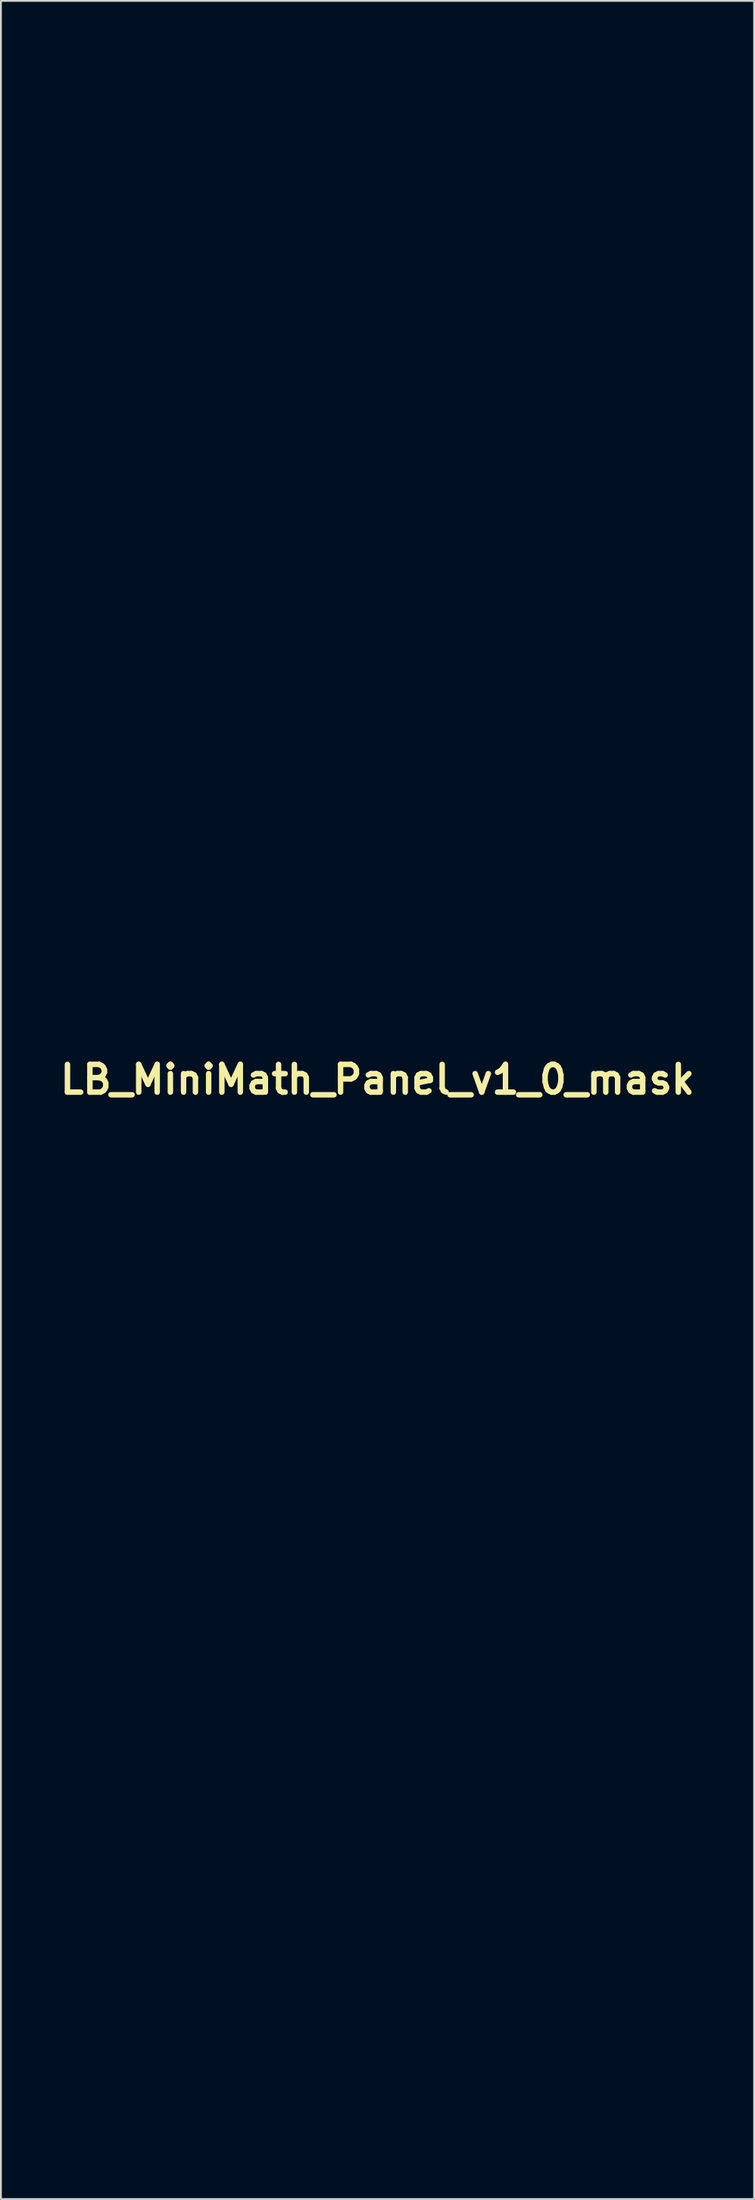
<source format=kicad_pcb>
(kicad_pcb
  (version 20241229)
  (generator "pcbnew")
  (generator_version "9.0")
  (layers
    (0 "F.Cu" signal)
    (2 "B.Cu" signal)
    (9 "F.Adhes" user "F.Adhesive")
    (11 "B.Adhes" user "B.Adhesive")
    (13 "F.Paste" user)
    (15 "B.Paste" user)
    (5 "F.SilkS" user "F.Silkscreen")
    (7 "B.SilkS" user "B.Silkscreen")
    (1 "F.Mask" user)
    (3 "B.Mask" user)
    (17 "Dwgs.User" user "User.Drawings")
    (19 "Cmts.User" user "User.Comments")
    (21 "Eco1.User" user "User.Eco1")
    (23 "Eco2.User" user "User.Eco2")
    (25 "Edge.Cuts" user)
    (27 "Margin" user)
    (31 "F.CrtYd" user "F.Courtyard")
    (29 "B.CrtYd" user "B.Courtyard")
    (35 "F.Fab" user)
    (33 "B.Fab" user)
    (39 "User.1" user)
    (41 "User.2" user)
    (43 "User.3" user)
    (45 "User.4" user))
  (footprint "LB_MiniMath_Panel_v1_0_mask"
    (layer "F.Cu")
    (at 17.715 56.268)
    (property "Reference" "LB_MiniMath_Panel_v1_0_mask" (at 0 0 0) (layer "F.SilkS") (effects (font (size 1.524 1.524) (thickness 0.3))))
    (attr through_hole)
    (fp_poly (pts (xy -0.254 10.118) (xy -0.466 10.118) (xy -0.466 9.102) (xy -0.254 9.102) (xy -0.254 10.118)) (stroke (width 0.01) (type solid)) (fill yes) (layer "F.Mask"))
    (fp_poly (pts (xy -0.004 41.634) (xy 0.045 41.657) (xy 0.114 41.728) (xy 0.118 41.814) (xy 0.065 41.893) (xy -0.033 41.944) (xy -0.103 41.952) (xy -0.148 41.927) (xy -0.168 41.842) (xy -0.169 41.783) (xy -0.154 41.661) (xy -0.101 41.613) (xy -0.004 41.634)) (stroke (width 0.01) (type solid)) (fill yes) (layer "F.Mask"))
    (fp_poly (pts (xy 1.69 29.272) (xy 1.738 29.296) (xy 1.808 29.367) (xy 1.811 29.452) (xy 1.758 29.531) (xy 1.66 29.582) (xy 1.59 29.591) (xy 1.545 29.566) (xy 1.526 29.481) (xy 1.524 29.422) (xy 1.54 29.299) (xy 1.592 29.251) (xy 1.69 29.272)) (stroke (width 0.01) (type solid)) (fill yes) (layer "F.Mask"))
    (fp_poly (pts (xy 1.753 29.957) (xy 1.838 30.026) (xy 1.863 30.115) (xy 1.827 30.205) (xy 1.726 30.275) (xy 1.659 30.294) (xy 1.524 30.321) (xy 1.524 30.125) (xy 1.529 30.005) (xy 1.551 29.947) (xy 1.598 29.93) (xy 1.611 29.93) (xy 1.753 29.957)) (stroke (width 0.01) (type solid)) (fill yes) (layer "F.Mask"))
    (fp_poly (pts (xy -3.329 41.819) (xy -3.304 41.889) (xy -3.273 41.991) (xy -3.243 42.098) (xy -3.223 42.184) (xy -3.218 42.217) (xy -3.254 42.239) (xy -3.342 42.249) (xy -3.467 42.249) (xy -3.406 42.048) (xy -3.37 41.922) (xy -3.346 41.829) (xy -3.341 41.804) (xy -3.329 41.819)) (stroke (width 0.01) (type solid)) (fill yes) (layer "F.Mask"))
    (fp_poly (pts (xy -1.636 29.457) (xy -1.611 29.528) (xy -1.58 29.63) (xy -1.55 29.736) (xy -1.53 29.823) (xy -1.525 29.856) (xy -1.561 29.878) (xy -1.649 29.887) (xy -1.774 29.887) (xy -1.713 29.686) (xy -1.677 29.561) (xy -1.653 29.468) (xy -1.648 29.443) (xy -1.636 29.457)) (stroke (width 0.01) (type solid)) (fill yes) (layer "F.Mask"))
    (fp_poly (pts (xy 0.054 42.317) (xy 0.139 42.384) (xy 0.164 42.473) (xy 0.12 42.567) (xy 0.075 42.606) (xy -0.045 42.671) (xy -0.123 42.663) (xy -0.162 42.581) (xy -0.169 42.481) (xy -0.164 42.363) (xy -0.141 42.307) (xy -0.091 42.291) (xy -0.082 42.291) (xy 0.054 42.317)) (stroke (width 0.01) (type solid)) (fill yes) (layer "F.Mask"))
    (fp_poly (pts (xy -3.683 9.271) (xy -3.979 9.271) (xy -3.979 8.21) (xy -4.106 8.276) (xy -4.191 8.31) (xy -4.232 8.306) (xy -4.233 8.302) (xy -4.247 8.229) (xy -4.258 8.198) (xy -4.24 8.14) (xy -4.162 8.075) (xy -4.047 8.015) (xy -3.918 7.972) (xy -3.812 7.959) (xy -3.683 7.959) (xy -3.683 9.271)) (stroke (width 0.01) (type solid)) (fill yes) (layer "F.Mask"))
    (fp_poly (pts (xy 2.921 9.271) (xy 2.625 9.271) (xy 2.625 8.21) (xy 2.498 8.276) (xy 2.413 8.31) (xy 2.372 8.306) (xy 2.371 8.302) (xy 2.357 8.229) (xy 2.346 8.198) (xy 2.364 8.14) (xy 2.442 8.075) (xy 2.557 8.015) (xy 2.686 7.972) (xy 2.792 7.959) (xy 2.921 7.959) (xy 2.921 9.271)) (stroke (width 0.01) (type solid)) (fill yes) (layer "F.Mask"))
    (fp_poly (pts (xy -3.011 54.725) (xy -2.827 54.822) (xy -2.693 54.942) (xy -2.621 55.034) (xy -2.595 55.123) (xy -2.617 55.229) (xy -2.69 55.371) (xy -2.749 55.467) (xy -2.908 55.663) (xy -3.086 55.787) (xy -3.274 55.836) (xy -3.463 55.805) (xy -3.511 55.784) (xy -3.638 55.677) (xy -3.729 55.513) (xy -3.773 55.318) (xy -3.775 55.269) (xy -3.739 55.046) (xy -3.639 54.871) (xy -3.482 54.751) (xy -3.277 54.697) (xy -3.219 54.695) (xy -3.011 54.725)) (stroke (width 0.01) (type solid)) (fill yes) (layer "F.Mask"))
    (fp_poly (pts (xy -3.515 0.473) (xy -3.397 0.475) (xy -3.15 0.481) (xy -2.976 0.489) (xy -2.864 0.5) (xy -2.801 0.516) (xy -2.775 0.538) (xy -2.773 0.55) (xy -2.785 0.576) (xy -2.83 0.594) (xy -2.919 0.607) (xy -3.064 0.616) (xy -3.277 0.623) (xy -3.397 0.626) (xy -3.639 0.63) (xy -3.808 0.63) (xy -3.919 0.626) (xy -3.982 0.615) (xy -4.012 0.595) (xy -4.021 0.567) (xy -4.022 0.55) (xy -4.018 0.517) (xy -3.999 0.494) (xy -3.952 0.479) (xy -3.864 0.472) (xy -3.723 0.47) (xy -3.515 0.473)) (stroke (width 0.01) (type solid)) (fill yes) (layer "F.Mask"))
    (fp_poly (pts (xy -3.143 -33.993) (xy -2.971 -33.99) (xy -2.858 -33.984) (xy -2.793 -33.971) (xy -2.762 -33.952) (xy -2.752 -33.923) (xy -2.752 -33.909) (xy -2.756 -33.876) (xy -2.777 -33.854) (xy -2.827 -33.839) (xy -2.919 -33.83) (xy -3.065 -33.826) (xy -3.279 -33.824) (xy -3.387 -33.824) (xy -3.631 -33.825) (xy -3.803 -33.828) (xy -3.915 -33.834) (xy -3.981 -33.847) (xy -4.012 -33.866) (xy -4.021 -33.895) (xy -4.022 -33.909) (xy -4.018 -33.942) (xy -3.997 -33.964) (xy -3.946 -33.979) (xy -3.854 -33.988) (xy -3.708 -33.992) (xy -3.495 -33.994) (xy -3.387 -33.994) (xy -3.143 -33.993)) (stroke (width 0.01) (type solid)) (fill yes) (layer "F.Mask"))
    (fp_poly (pts (xy 2.36 54.575) (xy 2.426 54.589) (xy 2.462 54.624) (xy 2.48 54.703) (xy 2.489 54.832) (xy 2.502 55.076) (xy 2.754 55.076) (xy 2.894 55.077) (xy 2.969 55.089) (xy 3 55.121) (xy 3.006 55.184) (xy 3.006 55.203) (xy 3.006 55.33) (xy 2.498 55.33) (xy 2.498 55.562) (xy 2.496 55.696) (xy 2.482 55.765) (xy 2.444 55.791) (xy 2.373 55.795) (xy 2.371 55.795) (xy 2.298 55.791) (xy 2.26 55.765) (xy 2.246 55.697) (xy 2.244 55.565) (xy 2.244 55.334) (xy 1.979 55.321) (xy 1.834 55.312) (xy 1.754 55.296) (xy 1.717 55.263) (xy 1.702 55.203) (xy 1.701 55.192) (xy 1.688 55.076) (xy 2.244 55.076) (xy 2.244 54.819) (xy 2.245 54.677) (xy 2.256 54.602) (xy 2.285 54.574) (xy 2.342 54.573) (xy 2.36 54.575)) (stroke (width 0.01) (type solid)) (fill yes) (layer "F.Mask"))
    (fp_poly (pts (xy -2.715 7.991) (xy -2.62 8.036) (xy -2.54 8.115) (xy -2.435 8.289) (xy -2.382 8.501) (xy -2.381 8.727) (xy -2.432 8.938) (xy -2.534 9.107) (xy -2.675 9.212) (xy -2.842 9.257) (xy -3.004 9.237) (xy -3.044 9.22) (xy -3.2 9.09) (xy -3.298 8.899) (xy -3.335 8.706) (xy -3.333 8.61) (xy -3.048 8.61) (xy -3.032 8.8) (xy -2.988 8.943) (xy -2.925 9.031) (xy -2.851 9.056) (xy -2.774 9.011) (xy -2.722 8.932) (xy -2.678 8.791) (xy -2.665 8.624) (xy -2.681 8.455) (xy -2.722 8.308) (xy -2.784 8.208) (xy -2.821 8.183) (xy -2.909 8.187) (xy -2.98 8.264) (xy -3.028 8.402) (xy -3.048 8.591) (xy -3.048 8.61) (xy -3.333 8.61) (xy -3.329 8.446) (xy -3.268 8.237) (xy -3.156 8.087) (xy -2.996 8) (xy -2.851 7.98) (xy -2.715 7.991)) (stroke (width 0.01) (type solid)) (fill yes) (layer "F.Mask"))
    (fp_poly (pts (xy 0.081 -56.251) (xy 0.48 -56.24) (xy 0.889 -54.906) (xy 1.299 -53.573) (xy 1.003 -53.56) (xy 0.851 -53.559) (xy 0.734 -53.566) (xy 0.676 -53.581) (xy 0.675 -53.581) (xy 0.648 -53.636) (xy 0.607 -53.749) (xy 0.56 -53.898) (xy 0.552 -53.922) (xy 0.462 -54.229) (xy -0.327 -54.229) (xy -0.52 -53.552) (xy -1.135 -53.552) (xy -0.997 -54.007) (xy -0.942 -54.189) (xy -0.869 -54.432) (xy -0.79 -54.695) (xy -0.24 -54.695) (xy 0.368 -54.695) (xy 0.216 -55.244) (xy 0.151 -55.464) (xy 0.099 -55.622) (xy 0.06 -55.71) (xy 0.038 -55.722) (xy 0.037 -55.72) (xy 0.016 -55.651) (xy -0.021 -55.52) (xy -0.069 -55.346) (xy -0.115 -55.171) (xy -0.24 -54.695) (xy -0.79 -54.695) (xy -0.783 -54.715) (xy -0.693 -55.016) (xy -0.602 -55.316) (xy -0.588 -55.362) (xy -0.318 -56.263) (xy 0.081 -56.251)) (stroke (width 0.01) (type solid)) (fill yes) (layer "F.Mask"))
    (fp_poly (pts (xy 0.121 -35.74) (xy 0.216 -35.694) (xy 0.297 -35.616) (xy 0.401 -35.442) (xy 0.454 -35.229) (xy 0.455 -35.004) (xy 0.404 -34.792) (xy 0.302 -34.623) (xy 0.161 -34.518) (xy -0.005 -34.473) (xy -0.168 -34.493) (xy -0.208 -34.511) (xy -0.363 -34.641) (xy -0.462 -34.831) (xy -0.499 -35.024) (xy -0.497 -35.12) (xy -0.212 -35.12) (xy -0.195 -34.93) (xy -0.152 -34.787) (xy -0.089 -34.699) (xy -0.015 -34.674) (xy 0.062 -34.719) (xy 0.115 -34.798) (xy 0.159 -34.939) (xy 0.171 -35.107) (xy 0.155 -35.276) (xy 0.115 -35.423) (xy 0.052 -35.523) (xy 0.015 -35.547) (xy -0.073 -35.543) (xy -0.144 -35.466) (xy -0.192 -35.328) (xy -0.212 -35.139) (xy -0.212 -35.12) (xy -0.497 -35.12) (xy -0.493 -35.284) (xy -0.432 -35.493) (xy -0.319 -35.644) (xy -0.159 -35.731) (xy -0.014 -35.751) (xy 0.121 -35.74)) (stroke (width 0.01) (type solid)) (fill yes) (layer "F.Mask"))
    (fp_poly (pts (xy 0.121 -1.45) (xy 0.216 -1.404) (xy 0.297 -1.326) (xy 0.401 -1.152) (xy 0.454 -0.939) (xy 0.455 -0.714) (xy 0.404 -0.502) (xy 0.302 -0.333) (xy 0.161 -0.228) (xy -0.005 -0.183) (xy -0.168 -0.203) (xy -0.208 -0.221) (xy -0.363 -0.351) (xy -0.462 -0.541) (xy -0.499 -0.734) (xy -0.497 -0.83) (xy -0.212 -0.83) (xy -0.195 -0.64) (xy -0.152 -0.497) (xy -0.089 -0.409) (xy -0.015 -0.384) (xy 0.062 -0.429) (xy 0.115 -0.508) (xy 0.159 -0.649) (xy 0.171 -0.817) (xy 0.155 -0.986) (xy 0.115 -1.133) (xy 0.052 -1.233) (xy 0.015 -1.257) (xy -0.073 -1.253) (xy -0.144 -1.176) (xy -0.192 -1.038) (xy -0.212 -0.849) (xy -0.212 -0.83) (xy -0.497 -0.83) (xy -0.493 -0.994) (xy -0.432 -1.203) (xy -0.319 -1.354) (xy -0.159 -1.441) (xy -0.014 -1.46) (xy 0.121 -1.45)) (stroke (width 0.01) (type solid)) (fill yes) (layer "F.Mask"))
    (fp_poly (pts (xy 3.558 -34.576) (xy 3.585 -34.531) (xy 3.6 -34.434) (xy 3.607 -34.322) (xy 3.619 -34.057) (xy 3.884 -34.045) (xy 4.03 -34.034) (xy 4.111 -34.017) (xy 4.144 -33.985) (xy 4.149 -33.949) (xy 4.14 -33.905) (xy 4.1 -33.88) (xy 4.011 -33.869) (xy 3.873 -33.867) (xy 3.598 -33.867) (xy 3.598 -33.613) (xy 3.595 -33.471) (xy 3.582 -33.394) (xy 3.551 -33.363) (xy 3.514 -33.359) (xy 3.466 -33.368) (xy 3.441 -33.409) (xy 3.43 -33.501) (xy 3.429 -33.611) (xy 3.429 -33.863) (xy 3.165 -33.875) (xy 3.014 -33.887) (xy 2.928 -33.909) (xy 2.891 -33.945) (xy 2.887 -33.962) (xy 2.889 -34.002) (xy 2.928 -34.024) (xy 3.02 -34.034) (xy 3.151 -34.036) (xy 3.429 -34.036) (xy 3.429 -34.311) (xy 3.432 -34.46) (xy 3.444 -34.543) (xy 3.47 -34.579) (xy 3.512 -34.586) (xy 3.558 -34.576)) (stroke (width 0.01) (type solid)) (fill yes) (layer "F.Mask"))
    (fp_poly (pts (xy 3.558 -0.116) (xy 3.585 -0.072) (xy 3.6 0.025) (xy 3.607 0.138) (xy 3.619 0.402) (xy 3.884 0.415) (xy 4.03 0.425) (xy 4.111 0.443) (xy 4.144 0.475) (xy 4.149 0.51) (xy 4.14 0.555) (xy 4.1 0.58) (xy 4.011 0.591) (xy 3.873 0.593) (xy 3.598 0.593) (xy 3.598 0.847) (xy 3.595 0.989) (xy 3.582 1.065) (xy 3.551 1.096) (xy 3.514 1.101) (xy 3.466 1.091) (xy 3.441 1.05) (xy 3.43 0.958) (xy 3.429 0.849) (xy 3.429 0.597) (xy 3.165 0.584) (xy 3.014 0.572) (xy 2.928 0.551) (xy 2.891 0.514) (xy 2.887 0.497) (xy 2.889 0.457) (xy 2.928 0.435) (xy 3.02 0.425) (xy 3.151 0.423) (xy 3.429 0.423) (xy 3.429 0.148) (xy 3.432 -0.001) (xy 3.444 -0.084) (xy 3.47 -0.12) (xy 3.512 -0.127) (xy 3.558 -0.116)) (stroke (width 0.01) (type solid)) (fill yes) (layer "F.Mask"))
    (fp_poly (pts (xy 3.889 7.991) (xy 3.984 8.036) (xy 4.064 8.115) (xy 4.169 8.289) (xy 4.222 8.501) (xy 4.223 8.727) (xy 4.172 8.938) (xy 4.07 9.107) (xy 3.929 9.212) (xy 3.762 9.257) (xy 3.6 9.237) (xy 3.56 9.22) (xy 3.404 9.09) (xy 3.306 8.899) (xy 3.269 8.706) (xy 3.271 8.61) (xy 3.556 8.61) (xy 3.572 8.8) (xy 3.616 8.943) (xy 3.679 9.031) (xy 3.753 9.056) (xy 3.83 9.011) (xy 3.882 8.932) (xy 3.926 8.791) (xy 3.939 8.624) (xy 3.923 8.455) (xy 3.882 8.308) (xy 3.82 8.208) (xy 3.783 8.183) (xy 3.695 8.187) (xy 3.624 8.264) (xy 3.576 8.402) (xy 3.556 8.591) (xy 3.556 8.61) (xy 3.271 8.61) (xy 3.275 8.446) (xy 3.336 8.237) (xy 3.448 8.087) (xy 3.608 8) (xy 3.753 7.98) (xy 3.889 7.991)) (stroke (width 0.01) (type solid)) (fill yes) (layer "F.Mask"))
    (fp_poly (pts (xy 3.895 56.955) (xy 3.894 57.234) (xy 3.891 57.44) (xy 3.884 57.584) (xy 3.873 57.677) (xy 3.858 57.73) (xy 3.836 57.756) (xy 3.828 57.759) (xy 3.762 57.768) (xy 3.626 57.775) (xy 3.43 57.78) (xy 3.188 57.783) (xy 2.91 57.785) (xy 2.611 57.785) (xy 2.301 57.783) (xy 1.994 57.78) (xy 1.701 57.776) (xy 1.434 57.77) (xy 1.206 57.764) (xy 1.029 57.756) (xy 0.915 57.747) (xy 0.878 57.739) (xy 0.852 57.716) (xy 0.832 57.674) (xy 0.819 57.602) (xy 0.811 57.486) (xy 0.806 57.316) (xy 0.804 57.079) (xy 0.804 57.023) (xy 1.699 57.023) (xy 3.006 57.023) (xy 3.006 56.767) (xy 2.365 56.778) (xy 1.724 56.79) (xy 1.711 56.907) (xy 1.699 57.023) (xy 0.804 57.023) (xy 0.804 56.936) (xy 0.804 56.176) (xy 3.895 56.176) (xy 3.895 56.955)) (stroke (width 0.01) (type solid)) (fill yes) (layer "F.Mask"))
    (fp_poly (pts (xy 1.29 9.128) (xy 1.366 9.15) (xy 1.385 9.196) (xy 1.371 9.247) (xy 1.322 9.298) (xy 1.239 9.294) (xy 1.114 9.283) (xy 1.017 9.313) (xy 0.974 9.374) (xy 0.974 9.381) (xy 1.009 9.433) (xy 1.1 9.494) (xy 1.161 9.524) (xy 1.284 9.591) (xy 1.376 9.666) (xy 1.398 9.695) (xy 1.431 9.828) (xy 1.392 9.944) (xy 1.296 10.037) (xy 1.155 10.095) (xy 0.981 10.111) (xy 0.836 10.088) (xy 0.776 10.036) (xy 0.762 9.983) (xy 0.773 9.927) (xy 0.82 9.912) (xy 0.91 9.924) (xy 1.039 9.929) (xy 1.151 9.901) (xy 1.219 9.85) (xy 1.228 9.819) (xy 1.193 9.777) (xy 1.105 9.723) (xy 1.069 9.706) (xy 0.902 9.618) (xy 0.805 9.533) (xy 0.765 9.438) (xy 0.762 9.398) (xy 0.799 9.263) (xy 0.904 9.171) (xy 1.072 9.126) (xy 1.144 9.123) (xy 1.29 9.128)) (stroke (width 0.01) (type solid)) (fill yes) (layer "F.Mask"))
    (fp_poly (pts (xy -3.334 -26.049) (xy -3.211 -25.943) (xy -3.141 -25.802) (xy -3.137 -25.637) (xy -3.18 -25.514) (xy -3.235 -25.432) (xy -3.327 -25.321) (xy -3.4 -25.241) (xy -3.574 -25.061) (xy -3.332 -25.061) (xy -3.196 -25.059) (xy -3.124 -25.046) (xy -3.095 -25.012) (xy -3.09 -24.945) (xy -3.09 -24.934) (xy -3.09 -24.807) (xy -3.556 -24.807) (xy -3.761 -24.809) (xy -3.895 -24.814) (xy -3.973 -24.825) (xy -4.011 -24.846) (xy -4.021 -24.877) (xy -4.022 -24.885) (xy -3.993 -24.946) (xy -3.916 -25.049) (xy -3.804 -25.177) (xy -3.725 -25.258) (xy -3.56 -25.436) (xy -3.461 -25.575) (xy -3.425 -25.685) (xy -3.448 -25.775) (xy -3.48 -25.815) (xy -3.569 -25.855) (xy -3.696 -25.863) (xy -3.822 -25.837) (xy -3.852 -25.823) (xy -3.918 -25.806) (xy -3.956 -25.859) (xy -3.961 -25.873) (xy -3.954 -25.972) (xy -3.869 -26.049) (xy -3.706 -26.101) (xy -3.697 -26.103) (xy -3.5 -26.107) (xy -3.334 -26.049)) (stroke (width 0.01) (type solid)) (fill yes) (layer "F.Mask"))
    (fp_poly (pts (xy 3.82 -26.049) (xy 3.944 -25.943) (xy 4.013 -25.802) (xy 4.017 -25.637) (xy 3.974 -25.514) (xy 3.919 -25.432) (xy 3.827 -25.321) (xy 3.754 -25.241) (xy 3.581 -25.061) (xy 3.822 -25.061) (xy 3.959 -25.059) (xy 4.031 -25.046) (xy 4.059 -25.012) (xy 4.064 -24.945) (xy 4.064 -24.934) (xy 4.064 -24.807) (xy 3.598 -24.807) (xy 3.394 -24.809) (xy 3.259 -24.814) (xy 3.181 -24.825) (xy 3.143 -24.846) (xy 3.133 -24.877) (xy 3.133 -24.885) (xy 3.161 -24.946) (xy 3.238 -25.049) (xy 3.35 -25.177) (xy 3.429 -25.258) (xy 3.594 -25.436) (xy 3.693 -25.575) (xy 3.729 -25.685) (xy 3.707 -25.775) (xy 3.675 -25.815) (xy 3.586 -25.855) (xy 3.458 -25.863) (xy 3.332 -25.837) (xy 3.302 -25.823) (xy 3.236 -25.806) (xy 3.199 -25.859) (xy 3.194 -25.873) (xy 3.2 -25.972) (xy 3.286 -26.049) (xy 3.448 -26.101) (xy 3.457 -26.103) (xy 3.654 -26.107) (xy 3.82 -26.049)) (stroke (width 0.01) (type solid)) (fill yes) (layer "F.Mask"))
    (fp_poly (pts (xy -0.608 -24.774) (xy -0.574 -24.696) (xy -0.556 -24.63) (xy -0.52 -24.498) (xy -0.468 -24.323) (xy -0.412 -24.138) (xy -0.406 -24.119) (xy -0.303 -23.791) (xy -0.423 -23.791) (xy -0.514 -23.807) (xy -0.559 -23.871) (xy -0.572 -23.918) (xy -0.599 -24.002) (xy -0.653 -24.038) (xy -0.761 -24.045) (xy -0.762 -24.045) (xy -0.871 -24.038) (xy -0.924 -24.002) (xy -0.952 -23.919) (xy -0.953 -23.918) (xy -0.99 -23.824) (xy -1.06 -23.792) (xy -1.083 -23.791) (xy -1.16 -23.81) (xy -1.184 -23.844) (xy -1.172 -23.904) (xy -1.139 -24.026) (xy -1.091 -24.191) (xy -1.06 -24.289) (xy -0.858 -24.289) (xy -0.855 -24.234) (xy -0.815 -24.216) (xy -0.761 -24.215) (xy -0.688 -24.219) (xy -0.663 -24.247) (xy -0.676 -24.321) (xy -0.693 -24.381) (xy -0.737 -24.513) (xy -0.77 -24.562) (xy -0.798 -24.531) (xy -0.83 -24.421) (xy -0.834 -24.405) (xy -0.858 -24.289) (xy -1.06 -24.289) (xy -1.044 -24.342) (xy -0.905 -24.786) (xy -0.754 -24.799) (xy -0.66 -24.802) (xy -0.608 -24.774)) (stroke (width 0.01) (type solid)) (fill yes) (layer "F.Mask"))
    (fp_poly (pts (xy 0.366 9.135) (xy 0.399 9.213) (xy 0.417 9.279) (xy 0.454 9.411) (xy 0.506 9.586) (xy 0.562 9.771) (xy 0.568 9.79) (xy 0.671 10.118) (xy 0.55 10.118) (xy 0.46 10.102) (xy 0.415 10.038) (xy 0.402 9.991) (xy 0.374 9.907) (xy 0.321 9.871) (xy 0.213 9.864) (xy 0.212 9.864) (xy 0.103 9.871) (xy 0.049 9.907) (xy 0.021 9.99) (xy 0.021 9.991) (xy -0.016 10.085) (xy -0.086 10.117) (xy -0.109 10.118) (xy -0.187 10.099) (xy -0.211 10.065) (xy -0.198 10.005) (xy -0.165 9.883) (xy -0.117 9.718) (xy -0.087 9.62) (xy 0.116 9.62) (xy 0.119 9.675) (xy 0.158 9.693) (xy 0.213 9.694) (xy 0.286 9.69) (xy 0.311 9.662) (xy 0.298 9.588) (xy 0.281 9.528) (xy 0.237 9.396) (xy 0.204 9.347) (xy 0.175 9.378) (xy 0.144 9.488) (xy 0.14 9.504) (xy 0.116 9.62) (xy -0.087 9.62) (xy -0.071 9.567) (xy 0.069 9.123) (xy 0.219 9.11) (xy 0.314 9.107) (xy 0.366 9.135)) (stroke (width 0.01) (type solid)) (fill yes) (layer "F.Mask"))
    (fp_poly (pts (xy -0.894 9.12) (xy -0.744 9.174) (xy -0.655 9.265) (xy -0.635 9.352) (xy -0.657 9.459) (xy -0.7 9.526) (xy -0.738 9.571) (xy -0.722 9.622) (xy -0.674 9.677) (xy -0.606 9.793) (xy -0.613 9.903) (xy -0.689 9.998) (xy -0.823 10.071) (xy -1.007 10.112) (xy -1.122 10.118) (xy -1.315 10.118) (xy -1.308 9.821) (xy -1.101 9.821) (xy -1.092 9.913) (xy -1.052 9.943) (xy -0.984 9.941) (xy -0.897 9.914) (xy -0.869 9.845) (xy -0.868 9.821) (xy -0.886 9.74) (xy -0.958 9.706) (xy -0.984 9.702) (xy -1.065 9.702) (xy -1.096 9.744) (xy -1.101 9.821) (xy -1.308 9.821) (xy -1.303 9.62) (xy -1.298 9.398) (xy -1.101 9.398) (xy -1.092 9.489) (xy -1.052 9.52) (xy -0.984 9.517) (xy -0.897 9.49) (xy -0.869 9.422) (xy -0.868 9.398) (xy -0.886 9.317) (xy -0.958 9.282) (xy -0.984 9.279) (xy -1.065 9.279) (xy -1.096 9.321) (xy -1.101 9.398) (xy -1.298 9.398) (xy -1.291 9.123) (xy -1.092 9.11) (xy -0.894 9.12)) (stroke (width 0.01) (type solid)) (fill yes) (layer "F.Mask"))
    (fp_poly (pts (xy 0.678 -24.458) (xy 0.737 -24.261) (xy 0.785 -24.126) (xy 0.822 -24.057) (xy 0.843 -24.06) (xy 0.847 -24.104) (xy 0.858 -24.18) (xy 0.888 -24.31) (xy 0.931 -24.469) (xy 0.938 -24.493) (xy 0.986 -24.652) (xy 1.024 -24.746) (xy 1.064 -24.792) (xy 1.115 -24.806) (xy 1.146 -24.807) (xy 1.264 -24.807) (xy 1.093 -24.297) (xy 0.922 -23.787) (xy 0.791 -23.8) (xy 0.734 -23.808) (xy 0.691 -23.831) (xy 0.653 -23.881) (xy 0.613 -23.972) (xy 0.562 -24.119) (xy 0.503 -24.299) (xy 0.444 -24.479) (xy 0.394 -24.617) (xy 0.359 -24.7) (xy 0.343 -24.717) (xy 0.343 -24.715) (xy 0.302 -24.656) (xy 0.201 -24.63) (xy 0.064 -24.617) (xy 0.051 -24.204) (xy 0.045 -24.015) (xy 0.036 -23.895) (xy 0.021 -23.828) (xy -0.005 -23.799) (xy -0.047 -23.791) (xy -0.065 -23.791) (xy -0.112 -23.794) (xy -0.143 -23.813) (xy -0.16 -23.862) (xy -0.167 -23.959) (xy -0.169 -24.118) (xy -0.169 -24.215) (xy -0.169 -24.638) (xy -0.296 -24.638) (xy -0.389 -24.651) (xy -0.422 -24.701) (xy -0.423 -24.723) (xy -0.418 -24.759) (xy -0.394 -24.783) (xy -0.336 -24.797) (xy -0.23 -24.804) (xy -0.062 -24.807) (xy 0.079 -24.807) (xy 0.581 -24.807) (xy 0.678 -24.458)) (stroke (width 0.01) (type solid)) (fill yes) (layer "F.Mask"))
    (fp_poly (pts (xy 0.533 12.213) (xy 0.707 12.233) (xy 0.857 12.261) (xy 0.959 12.294) (xy 0.981 12.309) (xy 0.994 12.369) (xy 0.98 12.47) (xy 0.947 12.584) (xy 0.905 12.684) (xy 0.861 12.742) (xy 0.842 12.746) (xy 0.772 12.735) (xy 0.645 12.722) (xy 0.487 12.71) (xy 0.478 12.71) (xy 0.189 12.72) (xy -0.047 12.793) (xy -0.234 12.93) (xy -0.331 13.051) (xy -0.387 13.146) (xy -0.422 13.237) (xy -0.439 13.351) (xy -0.444 13.514) (xy -0.445 13.589) (xy -0.442 13.775) (xy -0.43 13.902) (xy -0.403 13.998) (xy -0.354 14.09) (xy -0.325 14.136) (xy -0.19 14.295) (xy -0.027 14.401) (xy 0.18 14.458) (xy 0.444 14.471) (xy 0.559 14.465) (xy 0.738 14.455) (xy 0.849 14.455) (xy 0.908 14.467) (xy 0.93 14.493) (xy 0.932 14.512) (xy 0.939 14.601) (xy 0.955 14.724) (xy 0.958 14.737) (xy 0.983 14.891) (xy 0.71 14.939) (xy 0.404 14.976) (xy 0.131 14.972) (xy -0.071 14.942) (xy -0.386 14.842) (xy -0.645 14.679) (xy -0.847 14.453) (xy -0.993 14.164) (xy -1.043 14.002) (xy -1.093 13.653) (xy -1.066 13.316) (xy -0.964 13.003) (xy -0.791 12.724) (xy -0.651 12.576) (xy -0.432 12.408) (xy -0.192 12.295) (xy 0.093 12.226) (xy 0.212 12.21) (xy 0.359 12.204) (xy 0.533 12.213)) (stroke (width 0.01) (type solid)) (fill yes) (layer "F.Mask"))
    (fp_poly (pts (xy 0.187 -22.022) (xy 0.479 -21.946) (xy 0.7 -21.825) (xy 0.836 -21.679) (xy 0.915 -21.49) (xy 0.919 -21.291) (xy 0.853 -21.101) (xy 0.721 -20.94) (xy 0.636 -20.877) (xy 0.508 -20.8) (xy 0.664 -20.697) (xy 0.849 -20.542) (xy 0.96 -20.366) (xy 1.002 -20.187) (xy 0.985 -19.964) (xy 0.894 -19.756) (xy 0.739 -19.577) (xy 0.53 -19.442) (xy 0.386 -19.387) (xy 0.274 -19.367) (xy 0.101 -19.349) (xy -0.109 -19.334) (xy -0.333 -19.324) (xy -0.546 -19.32) (xy -0.725 -19.323) (xy -0.836 -19.332) (xy -0.974 -19.352) (xy -0.974 -20.532) (xy -0.381 -20.532) (xy -0.381 -20.158) (xy -0.378 -19.987) (xy -0.37 -19.851) (xy -0.358 -19.769) (xy -0.353 -19.756) (xy -0.279 -19.731) (xy -0.149 -19.733) (xy 0.01 -19.761) (xy 0.053 -19.772) (xy 0.226 -19.851) (xy 0.339 -19.97) (xy 0.381 -20.115) (xy 0.381 -20.119) (xy 0.345 -20.295) (xy 0.241 -20.424) (xy 0.071 -20.504) (xy -0.161 -20.532) (xy -0.167 -20.532) (xy -0.381 -20.532) (xy -0.974 -20.532) (xy -0.974 -21.265) (xy -0.381 -21.265) (xy -0.381 -20.945) (xy -0.128 -20.963) (xy 0.046 -20.986) (xy 0.164 -21.03) (xy 0.232 -21.081) (xy 0.324 -21.211) (xy 0.339 -21.343) (xy 0.283 -21.463) (xy 0.164 -21.557) (xy -0.013 -21.612) (xy -0.014 -21.612) (xy -0.183 -21.631) (xy -0.291 -21.616) (xy -0.351 -21.555) (xy -0.376 -21.435) (xy -0.381 -21.265) (xy -0.974 -21.265) (xy -0.974 -22.006) (xy -0.607 -22.036) (xy -0.175 -22.052) (xy 0.187 -22.022)) (stroke (width 0.01) (type solid)) (fill yes) (layer "F.Mask"))
    (fp_poly (pts (xy -1.791 53.983) (xy -1.66 54.09) (xy -1.545 54.22) (xy -1.519 54.258) (xy -1.484 54.316) (xy -1.459 54.375) (xy -1.441 54.447) (xy -1.429 54.544) (xy -1.422 54.682) (xy -1.419 54.872) (xy -1.418 55.127) (xy -1.418 55.266) (xy -1.419 55.555) (xy -1.421 55.773) (xy -1.426 55.932) (xy -1.435 56.046) (xy -1.45 56.128) (xy -1.472 56.191) (xy -1.502 56.247) (xy -1.519 56.274) (xy -1.62 56.401) (xy -1.751 56.521) (xy -1.791 56.55) (xy -1.962 56.663) (xy -2.875 56.671) (xy -3.155 56.672) (xy -3.412 56.669) (xy -3.634 56.662) (xy -3.806 56.653) (xy -3.911 56.642) (xy -3.928 56.638) (xy -4.085 56.557) (xy -4.239 56.421) (xy -4.368 56.257) (xy -4.446 56.089) (xy -4.446 56.088) (xy -4.465 55.965) (xy -4.477 55.768) (xy -4.483 55.507) (xy -4.481 55.19) (xy -4.48 55.161) (xy -4.48 55.137) (xy -3.969 55.137) (xy -3.959 55.449) (xy -3.876 55.72) (xy -3.721 55.947) (xy -3.689 55.98) (xy -3.483 56.132) (xy -3.265 56.202) (xy -3.041 56.188) (xy -2.814 56.091) (xy -2.704 56.001) (xy -2.586 55.873) (xy -2.522 55.788) (xy -2.381 55.579) (xy -2.294 55.719) (xy -2.207 55.841) (xy -2.114 55.947) (xy -2.107 55.954) (xy -2.007 56.048) (xy -1.934 55.925) (xy -1.861 55.801) (xy -2.262 55.423) (xy -2.162 55.21) (xy -2.08 55.058) (xy -1.983 54.915) (xy -1.939 54.861) (xy -1.863 54.769) (xy -1.839 54.701) (xy -1.857 54.624) (xy -1.864 54.606) (xy -1.93 54.479) (xy -1.996 54.433) (xy -2.077 54.464) (xy -2.157 54.535) (xy -2.257 54.649) (xy -2.338 54.762) (xy -2.354 54.79) (xy -2.401 54.871) (xy -2.431 54.906) (xy -2.431 54.906) (xy -2.462 54.875) (xy -2.527 54.793) (xy -2.6 54.694) (xy -2.763 54.501) (xy -2.928 54.38) (xy -3.113 54.323) (xy -3.243 54.314) (xy -3.474 54.352) (xy -3.668 54.462) (xy -3.819 54.638) (xy -3.922 54.874) (xy -3.969 55.137) (xy -4.48 55.137) (xy -4.475 54.892) (xy -4.468 54.693) (xy -4.459 54.55) (xy -4.446 54.448) (xy -4.425 54.373) (xy -4.396 54.311) (xy -4.356 54.247) (xy -4.353 54.242) (xy -4.245 54.111) (xy -4.115 53.996) (xy -4.077 53.97) (xy -4.023 53.938) (xy -3.969 53.913) (xy -3.903 53.895) (xy -3.813 53.883) (xy -3.687 53.875) (xy -3.514 53.871) (xy -3.282 53.87) (xy -2.978 53.869) (xy -2.939 53.869) (xy -1.962 53.869) (xy -1.791 53.983)) (stroke (width 0.01) (type solid)) (fill yes) (layer "F.Mask"))
    (fp_poly (pts (xy 2.377 53.848) (xy 2.831 53.848) (xy 3.208 53.849) (xy 3.516 53.85) (xy 3.762 53.853) (xy 3.955 53.857) (xy 4.103 53.863) (xy 4.213 53.87) (xy 4.292 53.881) (xy 4.35 53.894) (xy 4.393 53.91) (xy 4.429 53.929) (xy 4.437 53.934) (xy 4.496 53.972) (xy 4.546 54.011) (xy 4.587 54.06) (xy 4.62 54.126) (xy 4.645 54.216) (xy 4.665 54.338) (xy 4.679 54.5) (xy 4.688 54.708) (xy 4.694 54.97) (xy 4.697 55.294) (xy 4.699 55.688) (xy 4.699 56.158) (xy 4.699 56.186) (xy 4.699 56.661) (xy 4.698 57.058) (xy 4.695 57.386) (xy 4.689 57.652) (xy 4.679 57.862) (xy 4.664 58.025) (xy 4.643 58.149) (xy 4.616 58.239) (xy 4.58 58.304) (xy 4.536 58.352) (xy 4.482 58.389) (xy 4.417 58.423) (xy 4.403 58.431) (xy 4.361 58.448) (xy 4.309 58.463) (xy 4.238 58.475) (xy 4.14 58.484) (xy 4.008 58.491) (xy 3.834 58.496) (xy 3.61 58.5) (xy 3.328 58.502) (xy 2.98 58.503) (xy 2.558 58.503) (xy 2.371 58.503) (xy 1.895 58.502) (xy 1.497 58.5) (xy 1.171 58.497) (xy 0.91 58.492) (xy 0.707 58.485) (xy 0.556 58.476) (xy 0.45 58.466) (xy 0.382 58.453) (xy 0.36 58.445) (xy 0.239 58.374) (xy 0.148 58.294) (xy 0.128 58.269) (xy 0.112 58.238) (xy 0.098 58.192) (xy 0.087 58.125) (xy 0.078 58.028) (xy 0.071 57.895) (xy 0.066 57.718) (xy 0.062 57.489) (xy 0.058 57.2) (xy 0.055 56.846) (xy 0.052 56.416) (xy 0.051 56.225) (xy 0.05 56.152) (xy 0.55 56.152) (xy 0.551 56.578) (xy 0.552 56.927) (xy 0.555 57.208) (xy 0.559 57.428) (xy 0.565 57.595) (xy 0.573 57.718) (xy 0.583 57.804) (xy 0.596 57.861) (xy 0.613 57.897) (xy 0.616 57.903) (xy 0.682 57.997) (xy 2.349 57.997) (xy 2.774 57.996) (xy 3.123 57.995) (xy 3.402 57.993) (xy 3.621 57.989) (xy 3.787 57.983) (xy 3.907 57.976) (xy 3.989 57.966) (xy 4.043 57.953) (xy 4.074 57.937) (xy 4.082 57.93) (xy 4.099 57.905) (xy 4.113 57.861) (xy 4.124 57.792) (xy 4.132 57.688) (xy 4.139 57.542) (xy 4.143 57.346) (xy 4.146 57.093) (xy 4.148 56.775) (xy 4.149 56.384) (xy 4.149 56.161) (xy 4.148 55.703) (xy 4.146 55.325) (xy 4.142 55.02) (xy 4.136 54.783) (xy 4.129 54.608) (xy 4.119 54.491) (xy 4.107 54.425) (xy 4.098 54.407) (xy 4.061 54.393) (xy 3.975 54.382) (xy 3.836 54.373) (xy 3.638 54.366) (xy 3.375 54.361) (xy 3.041 54.358) (xy 2.632 54.356) (xy 2.376 54.356) (xy 1.952 54.356) (xy 1.604 54.357) (xy 1.325 54.36) (xy 1.107 54.363) (xy 0.941 54.369) (xy 0.82 54.376) (xy 0.735 54.386) (xy 0.679 54.399) (xy 0.643 54.414) (xy 0.628 54.426) (xy 0.608 54.448) (xy 0.592 54.481) (xy 0.579 54.533) (xy 0.57 54.611) (xy 0.562 54.725) (xy 0.557 54.882) (xy 0.554 55.09) (xy 0.552 55.358) (xy 0.551 55.694) (xy 0.55 56.105) (xy 0.55 56.152) (xy 0.05 56.152) (xy 0.048 55.76) (xy 0.046 55.373) (xy 0.046 55.055) (xy 0.047 54.799) (xy 0.05 54.597) (xy 0.055 54.442) (xy 0.062 54.326) (xy 0.071 54.241) (xy 0.084 54.181) (xy 0.099 54.137) (xy 0.109 54.115) (xy 0.142 54.055) (xy 0.177 54.005) (xy 0.221 53.963) (xy 0.281 53.93) (xy 0.366 53.904) (xy 0.482 53.884) (xy 0.637 53.869) (xy 0.838 53.859) (xy 1.092 53.853) (xy 1.407 53.85) (xy 1.79 53.848) (xy 2.248 53.848) (xy 2.377 53.848)) (stroke (width 0.01) (type solid)) (fill yes) (layer "F.Mask"))
    (fp_poly (pts (xy 0.352 -42.845) (xy 0.892 -42.845) (xy 1.42 -42.843) (xy 1.931 -42.841) (xy 2.417 -42.838) (xy 2.871 -42.834) (xy 3.287 -42.83) (xy 3.658 -42.825) (xy 3.977 -42.819) (xy 4.237 -42.813) (xy 4.432 -42.805) (xy 4.554 -42.797) (xy 4.594 -42.791) (xy 4.614 -42.784) (xy 4.632 -42.782) (xy 4.649 -42.78) (xy 4.666 -42.778) (xy 4.681 -42.772) (xy 4.695 -42.76) (xy 4.708 -42.74) (xy 4.721 -42.708) (xy 4.732 -42.664) (xy 4.743 -42.604) (xy 4.753 -42.526) (xy 4.762 -42.427) (xy 4.77 -42.305) (xy 4.777 -42.158) (xy 4.784 -41.983) (xy 4.79 -41.778) (xy 4.796 -41.539) (xy 4.801 -41.266) (xy 4.805 -40.955) (xy 4.809 -40.605) (xy 4.812 -40.211) (xy 4.815 -39.773) (xy 4.818 -39.288) (xy 4.82 -38.753) (xy 4.822 -38.165) (xy 4.823 -37.523) (xy 4.824 -36.824) (xy 4.825 -36.066) (xy 4.825 -35.246) (xy 4.826 -34.361) (xy 4.826 -33.409) (xy 4.826 -32.389) (xy 4.826 -31.296) (xy 4.826 -30.13) (xy 4.826 -28.887) (xy 4.826 -27.565) (xy 4.826 -26.162) (xy 4.826 -25.637) (xy 4.826 -24.143) (xy 4.826 -22.732) (xy 4.825 -21.401) (xy 4.825 -20.15) (xy 4.825 -18.975) (xy 4.824 -17.876) (xy 4.823 -16.849) (xy 4.822 -15.894) (xy 4.821 -15.008) (xy 4.82 -14.189) (xy 4.818 -13.435) (xy 4.817 -12.745) (xy 4.815 -12.116) (xy 4.813 -11.547) (xy 4.811 -11.035) (xy 4.808 -10.58) (xy 4.806 -10.177) (xy 4.803 -9.827) (xy 4.8 -9.526) (xy 4.797 -9.274) (xy 4.793 -9.067) (xy 4.79 -8.905) (xy 4.786 -8.784) (xy 4.782 -8.704) (xy 4.777 -8.662) (xy 4.775 -8.656) (xy 4.76 -8.62) (xy 4.745 -8.588) (xy 4.726 -8.559) (xy 4.698 -8.534) (xy 4.657 -8.512) (xy 4.597 -8.494) (xy 4.514 -8.478) (xy 4.404 -8.465) (xy 4.261 -8.454) (xy 4.08 -8.445) (xy 3.858 -8.439) (xy 3.588 -8.433) (xy 3.268 -8.43) (xy 2.89 -8.427) (xy 2.452 -8.426) (xy 1.948 -8.425) (xy 1.373 -8.425) (xy 0.724 -8.426) (xy 0.013 -8.426) (xy -0.724 -8.426) (xy -1.38 -8.427) (xy -1.96 -8.428) (xy -2.468 -8.43) (xy -2.909 -8.432) (xy -3.287 -8.435) (xy -3.607 -8.438) (xy -3.872 -8.442) (xy -4.087 -8.447) (xy -4.257 -8.452) (xy -4.386 -8.459) (xy -4.477 -8.466) (xy -4.536 -8.474) (xy -4.567 -8.483) (xy -4.567 -8.483) (xy -4.668 -8.566) (xy -4.725 -8.641) (xy -4.729 -8.661) (xy -4.734 -8.706) (xy -4.738 -8.778) (xy -4.742 -8.879) (xy -4.746 -9.011) (xy -4.75 -9.176) (xy -4.753 -9.377) (xy -4.756 -9.616) (xy -4.759 -9.896) (xy -4.762 -10.217) (xy -4.764 -10.584) (xy -4.766 -10.997) (xy -4.768 -11.459) (xy -4.77 -11.973) (xy -4.772 -12.541) (xy -4.774 -13.164) (xy -4.775 -13.845) (xy -4.776 -14.587) (xy -4.777 -15.391) (xy -4.778 -16.26) (xy -4.779 -17.196) (xy -4.78 -17.895) (xy -4.48 -17.895) (xy -4.48 -16.915) (xy -4.48 -15.976) (xy -4.479 -15.081) (xy -4.479 -14.234) (xy -4.479 -13.436) (xy -4.478 -12.691) (xy -4.477 -12.002) (xy -4.477 -11.372) (xy -4.476 -10.802) (xy -4.475 -10.297) (xy -4.474 -9.859) (xy -4.473 -9.491) (xy -4.472 -9.196) (xy -4.471 -8.976) (xy -4.469 -8.835) (xy -4.468 -8.775) (xy -4.468 -8.773) (xy -4.449 -8.765) (xy -4.397 -8.757) (xy -4.308 -8.75) (xy -4.178 -8.745) (xy -4.002 -8.74) (xy -3.777 -8.736) (xy -3.498 -8.733) (xy -3.162 -8.73) (xy -2.764 -8.729) (xy -2.301 -8.728) (xy -1.768 -8.728) (xy -1.161 -8.729) (xy -0.476 -8.73) (xy 0.03 -8.731) (xy 4.508 -8.742) (xy 4.508 -42.524) (xy -4.466 -42.524) (xy -4.477 -25.675) (xy -4.478 -24.485) (xy -4.478 -23.317) (xy -4.479 -22.172) (xy -4.479 -21.055) (xy -4.479 -19.968) (xy -4.48 -18.913) (xy -4.48 -17.895) (xy -4.78 -17.895) (xy -4.78 -18.201) (xy -4.781 -19.278) (xy -4.781 -20.429) (xy -4.781 -21.655) (xy -4.782 -22.96) (xy -4.782 -24.346) (xy -4.782 -25.624) (xy -4.782 -27.058) (xy -4.783 -28.409) (xy -4.783 -29.681) (xy -4.783 -30.875) (xy -4.783 -31.994) (xy -4.783 -33.041) (xy -4.783 -34.017) (xy -4.783 -34.926) (xy -4.782 -35.77) (xy -4.782 -36.551) (xy -4.781 -37.272) (xy -4.779 -37.934) (xy -4.778 -38.542) (xy -4.776 -39.096) (xy -4.774 -39.599) (xy -4.771 -40.055) (xy -4.768 -40.464) (xy -4.764 -40.83) (xy -4.76 -41.156) (xy -4.755 -41.442) (xy -4.75 -41.693) (xy -4.744 -41.91) (xy -4.737 -42.096) (xy -4.73 -42.254) (xy -4.722 -42.385) (xy -4.714 -42.492) (xy -4.704 -42.577) (xy -4.694 -42.644) (xy -4.683 -42.694) (xy -4.671 -42.729) (xy -4.658 -42.754) (xy -4.644 -42.768) (xy -4.629 -42.776) (xy -4.613 -42.78) (xy -4.596 -42.781) (xy -4.578 -42.783) (xy -4.559 -42.788) (xy -4.552 -42.791) (xy -4.491 -42.799) (xy -4.353 -42.807) (xy -4.144 -42.814) (xy -3.87 -42.82) (xy -3.539 -42.826) (xy -3.158 -42.831) (xy -2.733 -42.835) (xy -2.271 -42.839) (xy -1.779 -42.841) (xy -1.264 -42.843) (xy -0.732 -42.845) (xy -0.191 -42.845) (xy 0.352 -42.845)) (stroke (width 0.01) (type solid)) (fill yes) (layer "F.Mask"))
    (fp_poly (pts (xy 0.352 -8.132) (xy 0.892 -8.131) (xy 1.42 -8.13) (xy 1.931 -8.128) (xy 2.417 -8.125) (xy 2.871 -8.121) (xy 3.287 -8.117) (xy 3.658 -8.112) (xy 3.977 -8.106) (xy 4.237 -8.099) (xy 4.432 -8.092) (xy 4.554 -8.084) (xy 4.594 -8.077) (xy 4.614 -8.071) (xy 4.632 -8.068) (xy 4.649 -8.067) (xy 4.665 -8.065) (xy 4.681 -8.059) (xy 4.695 -8.047) (xy 4.708 -8.027) (xy 4.72 -7.997) (xy 4.732 -7.953) (xy 4.742 -7.893) (xy 4.752 -7.816) (xy 4.761 -7.718) (xy 4.769 -7.597) (xy 4.777 -7.451) (xy 4.784 -7.277) (xy 4.79 -7.074) (xy 4.795 -6.837) (xy 4.8 -6.566) (xy 4.805 -6.257) (xy 4.809 -5.909) (xy 4.812 -5.518) (xy 4.815 -5.083) (xy 4.817 -4.601) (xy 4.82 -4.069) (xy 4.821 -3.486) (xy 4.823 -2.848) (xy 4.824 -2.153) (xy 4.825 -1.399) (xy 4.825 -0.584) (xy 4.826 0.295) (xy 4.826 1.241) (xy 4.826 2.255) (xy 4.826 3.341) (xy 4.826 4.501) (xy 4.826 5.736) (xy 4.826 7.05) (xy 4.826 8.445) (xy 4.826 9.246) (xy 4.826 10.747) (xy 4.826 12.166) (xy 4.825 13.504) (xy 4.825 14.763) (xy 4.825 15.945) (xy 4.824 17.052) (xy 4.823 18.086) (xy 4.822 19.049) (xy 4.821 19.942) (xy 4.82 20.769) (xy 4.818 21.529) (xy 4.817 22.226) (xy 4.815 22.862) (xy 4.813 23.438) (xy 4.811 23.956) (xy 4.808 24.419) (xy 4.806 24.827) (xy 4.803 25.184) (xy 4.8 25.49) (xy 4.797 25.749) (xy 4.794 25.961) (xy 4.79 26.129) (xy 4.786 26.255) (xy 4.782 26.34) (xy 4.778 26.386) (xy 4.775 26.396) (xy 4.76 26.432) (xy 4.745 26.464) (xy 4.726 26.493) (xy 4.698 26.518) (xy 4.657 26.54) (xy 4.597 26.558) (xy 4.514 26.574) (xy 4.404 26.587) (xy 4.261 26.598) (xy 4.08 26.607) (xy 3.858 26.613) (xy 3.588 26.619) (xy 3.268 26.622) (xy 2.89 26.625) (xy 2.452 26.626) (xy 1.948 26.627) (xy 1.373 26.627) (xy 0.724 26.626) (xy 0.013 26.626) (xy -0.724 26.626) (xy -1.38 26.625) (xy -1.96 26.624) (xy -2.468 26.622) (xy -2.909 26.62) (xy -3.287 26.617) (xy -3.607 26.614) (xy -3.872 26.61) (xy -4.087 26.605) (xy -4.257 26.6) (xy -4.386 26.593) (xy -4.477 26.586) (xy -4.536 26.578) (xy -4.567 26.569) (xy -4.567 26.569) (xy -4.668 26.486) (xy -4.725 26.411) (xy -4.729 26.391) (xy -4.734 26.346) (xy -4.738 26.274) (xy -4.742 26.174) (xy -4.746 26.042) (xy -4.75 25.877) (xy -4.753 25.676) (xy -4.756 25.437) (xy -4.759 25.158) (xy -4.762 24.837) (xy -4.764 24.472) (xy -4.766 24.059) (xy -4.768 23.598) (xy -4.77 23.085) (xy -4.772 22.519) (xy -4.774 21.897) (xy -4.775 21.218) (xy -4.776 20.478) (xy -4.777 19.676) (xy -4.778 18.809) (xy -4.779 17.875) (xy -4.78 17.031) (xy -4.48 17.031) (xy -4.48 18.017) (xy -4.48 18.963) (xy -4.479 19.864) (xy -4.479 20.718) (xy -4.479 21.523) (xy -4.478 22.274) (xy -4.477 22.971) (xy -4.477 23.609) (xy -4.476 24.186) (xy -4.475 24.699) (xy -4.474 25.145) (xy -4.473 25.521) (xy -4.472 25.825) (xy -4.471 26.054) (xy -4.469 26.205) (xy -4.468 26.274) (xy -4.468 26.279) (xy -4.449 26.287) (xy -4.397 26.295) (xy -4.308 26.302) (xy -4.178 26.307) (xy -4.002 26.312) (xy -3.777 26.316) (xy -3.498 26.319) (xy -3.162 26.322) (xy -2.764 26.323) (xy -2.301 26.324) (xy -1.768 26.324) (xy -1.161 26.323) (xy -0.476 26.322) (xy 0.03 26.321) (xy 4.508 26.31) (xy 4.508 -7.811) (xy -4.466 -7.811) (xy -4.477 9.207) (xy -4.478 10.404) (xy -4.478 11.578) (xy -4.479 12.728) (xy -4.479 13.852) (xy -4.479 14.945) (xy -4.48 16.006) (xy -4.48 17.031) (xy -4.78 17.031) (xy -4.78 16.873) (xy -4.78 15.799) (xy -4.781 14.651) (xy -4.781 13.428) (xy -4.782 12.127) (xy -4.782 10.746) (xy -4.782 9.282) (xy -4.782 9.258) (xy -4.782 7.817) (xy -4.783 6.459) (xy -4.783 5.18) (xy -4.783 3.979) (xy -4.783 2.852) (xy -4.783 1.798) (xy -4.783 0.815) (xy -4.783 -0.101) (xy -4.782 -0.952) (xy -4.782 -1.74) (xy -4.781 -2.467) (xy -4.779 -3.136) (xy -4.778 -3.75) (xy -4.776 -4.31) (xy -4.774 -4.82) (xy -4.771 -5.281) (xy -4.768 -5.696) (xy -4.764 -6.068) (xy -4.76 -6.398) (xy -4.756 -6.69) (xy -4.751 -6.945) (xy -4.745 -7.167) (xy -4.738 -7.357) (xy -4.731 -7.519) (xy -4.723 -7.653) (xy -4.715 -7.764) (xy -4.705 -7.852) (xy -4.695 -7.921) (xy -4.684 -7.974) (xy -4.673 -8.012) (xy -4.66 -8.037) (xy -4.646 -8.053) (xy -4.632 -8.062) (xy -4.616 -8.066) (xy -4.599 -8.068) (xy -4.582 -8.069) (xy -4.563 -8.073) (xy -4.552 -8.077) (xy -4.491 -8.086) (xy -4.353 -8.094) (xy -4.144 -8.101) (xy -3.87 -8.107) (xy -3.539 -8.113) (xy -3.158 -8.118) (xy -2.733 -8.122) (xy -2.271 -8.125) (xy -1.779 -8.128) (xy -1.264 -8.13) (xy -0.732 -8.131) (xy -0.191 -8.132) (xy 0.352 -8.132)) (stroke (width 0.01) (type solid)) (fill yes) (layer "F.Mask"))
    (fp_poly (pts (xy 4.416 27.935) (xy 4.543 28.036) (xy 4.662 28.167) (xy 4.691 28.207) (xy 4.805 28.378) (xy 4.805 52.605) (xy 4.691 52.777) (xy 4.584 52.907) (xy 4.454 53.023) (xy 4.416 53.049) (xy 4.255 53.15) (xy 0.085 53.157) (xy -0.615 53.157) (xy -1.264 53.157) (xy -1.858 53.156) (xy -2.394 53.155) (xy -2.869 53.152) (xy -3.278 53.148) (xy -3.619 53.144) (xy -3.888 53.139) (xy -4.081 53.134) (xy -4.196 53.127) (xy -4.224 53.123) (xy -4.375 53.046) (xy -4.527 52.916) (xy -4.656 52.757) (xy -4.736 52.598) (xy -4.739 52.585) (xy -4.744 52.533) (xy -4.749 52.415) (xy -4.753 52.229) (xy -4.757 51.975) (xy -4.76 51.651) (xy -4.764 51.257) (xy -4.766 50.791) (xy -4.769 50.252) (xy -4.771 49.639) (xy -4.772 48.952) (xy -4.774 48.26) (xy -3.404 48.26) (xy -3.397 48.597) (xy -3.371 48.877) (xy -3.321 49.128) (xy -3.243 49.376) (xy -3.129 49.649) (xy -3.109 49.693) (xy -2.848 50.159) (xy -2.523 50.575) (xy -2.14 50.933) (xy -1.708 51.229) (xy -1.231 51.456) (xy -0.721 51.61) (xy -0.433 51.653) (xy -0.101 51.672) (xy 0.244 51.667) (xy 0.572 51.638) (xy 0.851 51.585) (xy 0.868 51.581) (xy 1.373 51.401) (xy 1.837 51.15) (xy 2.256 50.833) (xy 2.622 50.457) (xy 2.93 50.028) (xy 3.174 49.552) (xy 3.328 49.107) (xy 3.371 48.885) (xy 3.397 48.607) (xy 3.407 48.3) (xy 3.401 47.988) (xy 3.379 47.7) (xy 3.34 47.462) (xy 3.328 47.413) (xy 3.144 46.897) (xy 2.891 46.425) (xy 2.573 46.001) (xy 2.196 45.633) (xy 1.764 45.326) (xy 1.433 45.151) (xy 1.097 45.014) (xy 0.775 44.921) (xy 0.43 44.866) (xy 0.191 44.846) (xy -0.339 44.855) (xy -0.851 44.944) (xy -1.339 45.108) (xy -1.794 45.342) (xy -2.209 45.642) (xy -2.576 46.004) (xy -2.889 46.423) (xy -3.109 46.827) (xy -3.228 47.106) (xy -3.312 47.356) (xy -3.365 47.605) (xy -3.394 47.879) (xy -3.404 48.206) (xy -3.404 48.26) (xy -4.774 48.26) (xy -4.774 48.189) (xy -4.775 47.348) (xy -4.775 46.43) (xy -4.776 45.432) (xy -4.776 44.354) (xy -4.775 43.195) (xy -4.775 42.974) (xy -4.081 42.974) (xy -4.08 42.977) (xy -4.029 42.997) (xy -3.923 43.009) (xy -3.854 43.011) (xy -3.648 43.011) (xy -3.594 42.797) (xy -3.539 42.583) (xy -3.114 42.608) (xy -3.057 42.81) (xy -3.001 43.011) (xy -2.77 43.011) (xy -2.644 43.004) (xy -2.56 42.987) (xy -2.54 42.971) (xy -2.54 42.97) (xy -2.302 42.97) (xy -2.301 42.978) (xy -2.251 42.997) (xy -2.144 43.009) (xy -2.073 43.011) (xy -1.946 43.006) (xy -1.871 42.98) (xy -1.817 42.914) (xy -1.775 42.835) (xy -1.685 42.66) (xy -1.593 42.825) (xy -1.529 42.926) (xy -1.462 42.977) (xy -1.36 42.998) (xy -1.295 43.003) (xy -1.168 43.004) (xy -1.076 42.991) (xy -1.054 42.981) (xy -1.057 42.93) (xy -1.1 42.831) (xy -1.172 42.703) (xy -1.178 42.692) (xy -1.262 42.56) (xy -1.329 42.452) (xy -1.366 42.393) (xy -1.366 42.392) (xy -1.357 42.337) (xy -1.308 42.235) (xy -1.227 42.105) (xy -1.208 42.077) (xy -1.122 41.946) (xy -1.063 41.84) (xy -1.041 41.78) (xy -1.042 41.775) (xy -1.093 41.755) (xy -1.2 41.743) (xy -1.273 41.741) (xy -1.401 41.745) (xy -1.475 41.77) (xy -1.524 41.829) (xy -1.554 41.889) (xy -1.605 41.983) (xy -1.643 42.034) (xy -1.649 42.037) (xy -1.683 42.003) (xy -1.737 41.92) (xy -1.754 41.889) (xy -1.806 41.803) (xy -1.862 41.758) (xy -1.951 41.743) (xy -2.06 41.741) (xy -2.206 41.75) (xy -2.279 41.776) (xy -2.286 41.791) (xy -2.264 41.848) (xy -2.207 41.955) (xy -2.125 42.088) (xy -2.112 42.107) (xy -1.939 42.374) (xy -2.13 42.66) (xy -2.216 42.796) (xy -2.277 42.906) (xy -2.302 42.97) (xy -2.54 42.97) (xy -2.552 42.914) (xy -2.583 42.798) (xy -2.628 42.646) (xy -2.643 42.6) (xy -2.699 42.42) (xy -2.769 42.192) (xy -2.845 41.948) (xy -2.899 41.772) (xy -3.038 41.323) (xy -0.635 41.323) (xy -0.635 42.142) (xy -0.634 42.445) (xy -0.629 42.672) (xy -0.62 42.83) (xy -0.608 42.929) (xy -0.59 42.976) (xy -0.582 42.983) (xy -0.479 43.002) (xy -0.32 43.008) (xy -0.134 43.001) (xy 0.053 42.983) (xy 0.211 42.955) (xy 0.248 42.945) (xy 0.407 42.883) (xy 0.51 42.803) (xy 0.552 42.744) (xy 0.626 42.556) (xy 0.617 42.376) (xy 0.526 42.21) (xy 0.487 42.164) (xy 1.016 42.164) (xy 1.016 42.46) (xy 1.524 42.46) (xy 1.524 43.011) (xy 1.82 43.011) (xy 1.82 42.46) (xy 2.328 42.46) (xy 2.328 42.172) (xy 2.68 42.172) (xy 2.714 42.414) (xy 2.81 42.633) (xy 2.963 42.813) (xy 3.17 42.939) (xy 3.196 42.95) (xy 3.321 42.979) (xy 3.483 42.994) (xy 3.657 42.996) (xy 3.817 42.985) (xy 3.938 42.961) (xy 3.985 42.937) (xy 4.007 42.87) (xy 4.003 42.762) (xy 4 42.748) (xy 3.973 42.602) (xy 3.681 42.605) (xy 3.52 42.604) (xy 3.416 42.589) (xy 3.343 42.554) (xy 3.277 42.497) (xy 3.181 42.349) (xy 3.144 42.175) (xy 3.165 41.997) (xy 3.238 41.839) (xy 3.36 41.723) (xy 3.418 41.694) (xy 3.534 41.672) (xy 3.688 41.671) (xy 3.755 41.677) (xy 3.974 41.704) (xy 4.003 41.55) (xy 4.014 41.434) (xy 3.985 41.359) (xy 3.905 41.317) (xy 3.762 41.299) (xy 3.628 41.296) (xy 3.326 41.325) (xy 3.085 41.411) (xy 2.9 41.556) (xy 2.815 41.674) (xy 2.712 41.92) (xy 2.68 42.172) (xy 2.328 42.172) (xy 2.328 42.164) (xy 1.82 42.164) (xy 1.82 41.656) (xy 1.524 41.656) (xy 1.524 42.164) (xy 1.016 42.164) (xy 0.487 42.164) (xy 0.417 42.08) (xy 0.505 41.968) (xy 0.577 41.815) (xy 0.577 41.651) (xy 0.513 41.499) (xy 0.39 41.383) (xy 0.352 41.363) (xy 0.201 41.318) (xy -0.000285 41.288) (xy -0.219 41.278) (xy -0.422 41.291) (xy -0.44 41.293) (xy -0.635 41.323) (xy -3.038 41.323) (xy -3.053 41.275) (xy -3.595 41.275) (xy -3.686 41.582) (xy -3.735 41.747) (xy -3.801 41.964) (xy -3.873 42.203) (xy -3.939 42.416) (xy -3.997 42.616) (xy -4.043 42.786) (xy -4.073 42.911) (xy -4.081 42.974) (xy -4.775 42.974) (xy -4.775 41.953) (xy -4.774 40.628) (xy -4.773 40.398) (xy -4.769 35.221) (xy -3.448 35.221) (xy -3.436 35.599) (xy -3.398 35.924) (xy -3.325 36.224) (xy -3.211 36.529) (xy -3.059 36.848) (xy -2.961 37.028) (xy -2.861 37.183) (xy -2.742 37.334) (xy -2.589 37.502) (xy -2.436 37.658) (xy -2.24 37.849) (xy -2.077 37.993) (xy -1.927 38.106) (xy -1.769 38.204) (xy -1.63 38.278) (xy -1.258 38.452) (xy -0.917 38.572) (xy -0.578 38.643) (xy -0.212 38.674) (xy 0.127 38.672) (xy 0.55 38.64) (xy 0.896 38.575) (xy 0.93 38.565) (xy 1.114 38.503) (xy 1.335 38.415) (xy 1.553 38.317) (xy 1.628 38.28) (xy 1.808 38.182) (xy 1.962 38.082) (xy 2.114 37.963) (xy 2.283 37.809) (xy 2.436 37.658) (xy 2.628 37.461) (xy 2.772 37.298) (xy 2.885 37.148) (xy 2.983 36.99) (xy 3.059 36.848) (xy 3.218 36.512) (xy 3.33 36.209) (xy 3.401 35.908) (xy 3.438 35.581) (xy 3.448 35.221) (xy 3.436 34.844) (xy 3.398 34.519) (xy 3.325 34.219) (xy 3.211 33.914) (xy 3.059 33.594) (xy 2.961 33.415) (xy 2.861 33.26) (xy 2.742 33.109) (xy 2.589 32.94) (xy 2.436 32.785) (xy 2.24 32.593) (xy 2.077 32.449) (xy 1.927 32.336) (xy 1.768 32.238) (xy 1.627 32.163) (xy 1.291 32.003) (xy 0.987 31.892) (xy 0.687 31.821) (xy 0.36 31.784) (xy 0 31.774) (xy -0.378 31.785) (xy -0.702 31.824) (xy -1.002 31.896) (xy -1.307 32.01) (xy -1.627 32.163) (xy -1.807 32.26) (xy -1.961 32.36) (xy -2.112 32.479) (xy -2.281 32.633) (xy -2.436 32.785) (xy -2.628 32.982) (xy -2.772 33.144) (xy -2.885 33.294) (xy -2.983 33.453) (xy -3.059 33.594) (xy -3.218 33.93) (xy -3.33 34.234) (xy -3.401 34.535) (xy -3.438 34.861) (xy -3.448 35.221) (xy -4.769 35.221) (xy -4.765 30.613) (xy -2.387 30.613) (xy -2.386 30.616) (xy -2.335 30.635) (xy -2.229 30.647) (xy -2.16 30.649) (xy -1.955 30.649) (xy -1.9 30.436) (xy -1.846 30.222) (xy -1.633 30.235) (xy -1.421 30.247) (xy -1.364 30.448) (xy -1.307 30.649) (xy -1.077 30.649) (xy -0.95 30.643) (xy -0.867 30.625) (xy -0.847 30.609) (xy -0.847 30.606) (xy -0.611 30.606) (xy -0.609 30.614) (xy -0.558 30.635) (xy -0.451 30.647) (xy -0.379 30.649) (xy -0.252 30.645) (xy -0.178 30.619) (xy -0.124 30.553) (xy -0.082 30.475) (xy -0.031 30.38) (xy 0.007 30.342) (xy 0.047 30.367) (xy 0.105 30.458) (xy 0.153 30.544) (xy 0.213 30.603) (xy 0.326 30.634) (xy 0.402 30.641) (xy 0.529 30.642) (xy 0.62 30.628) (xy 0.642 30.617) (xy 0.639 30.565) (xy 0.595 30.462) (xy 0.517 30.329) (xy 0.432 30.197) (xy 0.364 30.09) (xy 0.328 30.032) (xy 0.327 30.031) (xy 0.337 29.977) (xy 0.387 29.875) (xy 0.468 29.746) (xy 0.487 29.718) (xy 0.573 29.587) (xy 0.632 29.482) (xy 0.654 29.421) (xy 0.652 29.415) (xy 0.6 29.395) (xy 0.493 29.382) (xy 0.42 29.379) (xy 0.292 29.384) (xy 0.219 29.408) (xy 0.17 29.468) (xy 0.14 29.527) (xy 0.089 29.622) (xy 0.05 29.673) (xy 0.044 29.676) (xy 0.01 29.642) (xy -0.043 29.558) (xy -0.061 29.527) (xy -0.113 29.441) (xy -0.169 29.397) (xy -0.258 29.381) (xy -0.366 29.379) (xy -0.494 29.387) (xy -0.575 29.406) (xy -0.593 29.423) (xy -0.571 29.477) (xy -0.515 29.582) (xy -0.435 29.715) (xy -0.421 29.738) (xy -0.249 30.01) (xy -0.44 30.294) (xy -0.526 30.431) (xy -0.586 30.541) (xy -0.611 30.606) (xy -0.847 30.606) (xy -0.859 30.552) (xy -0.89 30.437) (xy -0.935 30.285) (xy -0.949 30.239) (xy -1.005 30.059) (xy -1.076 29.831) (xy -1.151 29.587) (xy -1.206 29.411) (xy -1.345 28.961) (xy 1.058 28.961) (xy 1.058 29.781) (xy 1.06 30.084) (xy 1.064 30.31) (xy 1.073 30.469) (xy 1.086 30.568) (xy 1.103 30.615) (xy 1.111 30.621) (xy 1.214 30.641) (xy 1.373 30.646) (xy 1.56 30.64) (xy 1.746 30.621) (xy 1.905 30.593) (xy 1.942 30.584) (xy 2.1 30.522) (xy 2.203 30.441) (xy 2.245 30.383) (xy 2.319 30.195) (xy 2.31 30.015) (xy 2.219 29.849) (xy 2.11 29.719) (xy 2.198 29.607) (xy 2.27 29.454) (xy 2.271 29.29) (xy 2.207 29.138) (xy 2.083 29.022) (xy 2.046 29.002) (xy 1.895 28.956) (xy 1.693 28.927) (xy 1.474 28.917) (xy 1.271 28.929) (xy 1.253 28.932) (xy 1.058 28.961) (xy -1.345 28.961) (xy -1.359 28.914) (xy -1.901 28.914) (xy -1.992 29.221) (xy -2.042 29.386) (xy -2.107 29.602) (xy -2.18 29.841) (xy -2.245 30.055) (xy -2.304 30.254) (xy -2.35 30.425) (xy -2.379 30.549) (xy -2.387 30.613) (xy -4.765 30.613) (xy -4.763 28.378) (xy -4.649 28.207) (xy -4.541 28.076) (xy -4.412 27.961) (xy -4.374 27.935) (xy -4.212 27.834) (xy 4.255 27.834) (xy 4.416 27.935)) (stroke (width 0.01) (type solid)) (fill yes) (layer "F.Mask")))
  (gr_rect
    (start -3 -3)
    (end 38.429 117.776)
    (stroke (width 0.1) (type default))
    (fill no)
    (layer "Edge.Cuts")))
</source>
